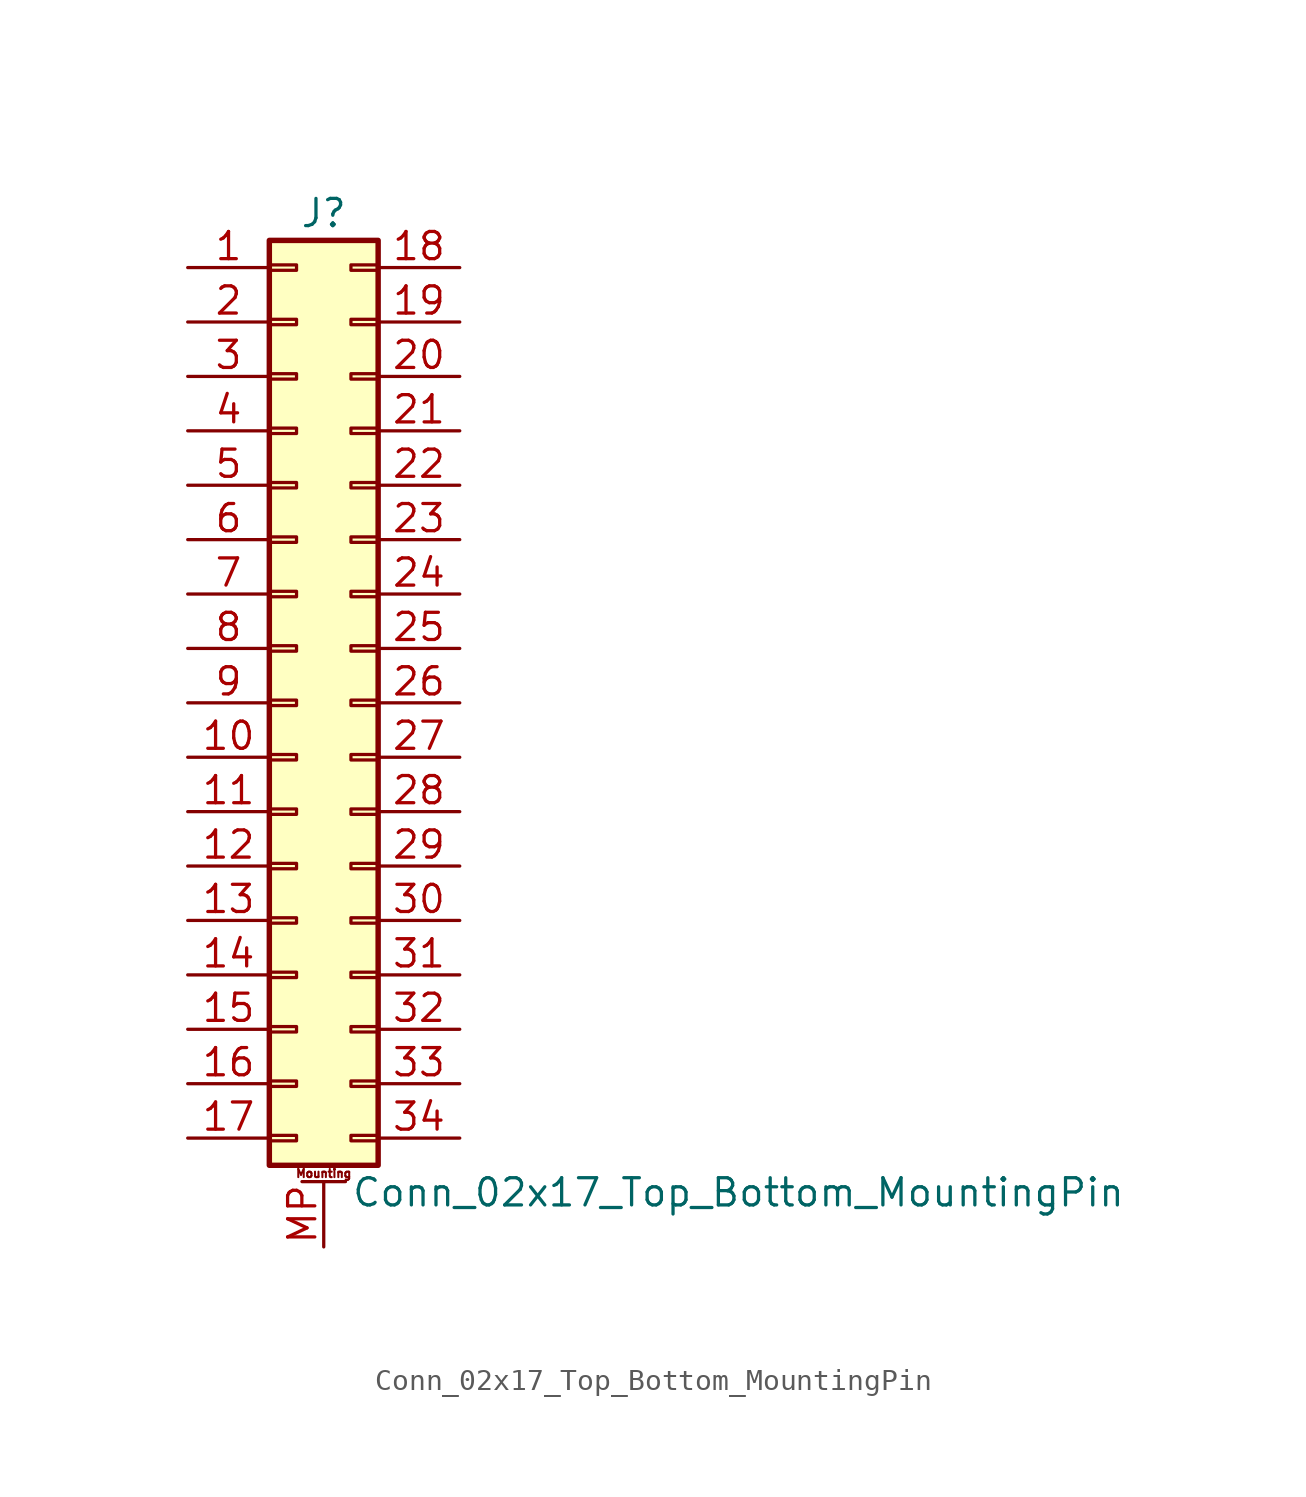
<source format=kicad_sym>
(kicad_symbol_lib
  (version 20220914)
  (generator kicad_symbol_editor)
  (symbol "Conn_02x17_Top_Bottom_MountingPin"
    (pin_names
      (offset 1.016) hide)
    (property "Reference" "J"
      (at 1.27 22.86 0)
      (effects (font (size 1.27 1.27))))
    (property "Value" "Conn_02x17_Top_Bottom_MountingPin"
      (at 2.54 -22.86 0)
      (effects (font (size 1.27 1.27)) (justify left)))
    (symbol "Conn_02x17_Top_Bottom_MountingPin_1_1"
      (rectangle (start -1.27 -20.193) (end 0 -20.447) (stroke (width 0.152) (type default)) (fill (type none)))
      (rectangle (start -1.27 -17.653) (end 0 -17.907) (stroke (width 0.152) (type default)) (fill (type none)))
      (rectangle (start -1.27 -15.113) (end 0 -15.367) (stroke (width 0.152) (type default)) (fill (type none)))
      (rectangle (start -1.27 -12.573) (end 0 -12.827) (stroke (width 0.152) (type default)) (fill (type none)))
      (rectangle (start -1.27 -10.033) (end 0 -10.287) (stroke (width 0.152) (type default)) (fill (type none)))
      (rectangle (start -1.27 -7.493) (end 0 -7.747) (stroke (width 0.152) (type default)) (fill (type none)))
      (rectangle (start -1.27 -4.953) (end 0 -5.207) (stroke (width 0.152) (type default)) (fill (type none)))
      (rectangle (start -1.27 -2.413) (end 0 -2.667) (stroke (width 0.152) (type default)) (fill (type none)))
      (rectangle (start -1.27 0.127) (end 0 -0.127) (stroke (width 0.152) (type default)) (fill (type none)))
      (rectangle (start -1.27 2.667) (end 0 2.413) (stroke (width 0.152) (type default)) (fill (type none)))
      (rectangle (start -1.27 5.207) (end 0 4.953) (stroke (width 0.152) (type default)) (fill (type none)))
      (rectangle (start -1.27 7.747) (end 0 7.493) (stroke (width 0.152) (type default)) (fill (type none)))
      (rectangle (start -1.27 10.287) (end 0 10.033) (stroke (width 0.152) (type default)) (fill (type none)))
      (rectangle (start -1.27 12.827) (end 0 12.573) (stroke (width 0.152) (type default)) (fill (type none)))
      (rectangle (start -1.27 15.367) (end 0 15.113) (stroke (width 0.152) (type default)) (fill (type none)))
      (rectangle (start -1.27 17.907) (end 0 17.653) (stroke (width 0.152) (type default)) (fill (type none)))
      (rectangle (start -1.27 20.447) (end 0 20.193) (stroke (width 0.152) (type default)) (fill (type none)))
      (rectangle (start -1.27 21.59) (end 3.81 -21.59) (stroke (width 0.254) (type default)) (fill (type background)))
      (polyline (pts (xy 0.254 -22.352) (xy 2.286 -22.352)) (stroke (width 0.152) (type default)) (fill (type none)))
      (rectangle (start 3.81 -20.193) (end 2.54 -20.447) (stroke (width 0.152) (type default)) (fill (type none)))
      (rectangle (start 3.81 -17.653) (end 2.54 -17.907) (stroke (width 0.152) (type default)) (fill (type none)))
      (rectangle (start 3.81 -15.113) (end 2.54 -15.367) (stroke (width 0.152) (type default)) (fill (type none)))
      (rectangle (start 3.81 -12.573) (end 2.54 -12.827) (stroke (width 0.152) (type default)) (fill (type none)))
      (rectangle (start 3.81 -10.033) (end 2.54 -10.287) (stroke (width 0.152) (type default)) (fill (type none)))
      (rectangle (start 3.81 -7.493) (end 2.54 -7.747) (stroke (width 0.152) (type default)) (fill (type none)))
      (rectangle (start 3.81 -4.953) (end 2.54 -5.207) (stroke (width 0.152) (type default)) (fill (type none)))
      (rectangle (start 3.81 -2.413) (end 2.54 -2.667) (stroke (width 0.152) (type default)) (fill (type none)))
      (rectangle (start 3.81 0.127) (end 2.54 -0.127) (stroke (width 0.152) (type default)) (fill (type none)))
      (rectangle (start 3.81 2.667) (end 2.54 2.413) (stroke (width 0.152) (type default)) (fill (type none)))
      (rectangle (start 3.81 5.207) (end 2.54 4.953) (stroke (width 0.152) (type default)) (fill (type none)))
      (rectangle (start 3.81 7.747) (end 2.54 7.493) (stroke (width 0.152) (type default)) (fill (type none)))
      (rectangle (start 3.81 10.287) (end 2.54 10.033) (stroke (width 0.152) (type default)) (fill (type none)))
      (rectangle (start 3.81 12.827) (end 2.54 12.573) (stroke (width 0.152) (type default)) (fill (type none)))
      (rectangle (start 3.81 15.367) (end 2.54 15.113) (stroke (width 0.152) (type default)) (fill (type none)))
      (rectangle (start 3.81 17.907) (end 2.54 17.653) (stroke (width 0.152) (type default)) (fill (type none)))
      (rectangle (start 3.81 20.447) (end 2.54 20.193) (stroke (width 0.152) (type default)) (fill (type none)))
      (text "Mounting" (at 1.27 -21.971 0) (effects (font (size 0.381 0.381))))
      (pin passive line (at -5.08 20.32 0) (length 3.81) (name "Pin_1" (effects (font (size 1.27 1.27)))) (number "1" (effects (font (size 1.27 1.27)))))
      (pin passive line (at -5.08 -2.54 0) (length 3.81) (name "Pin_10" (effects (font (size 1.27 1.27)))) (number "10" (effects (font (size 1.27 1.27)))))
      (pin passive line (at -5.08 -5.08 0) (length 3.81) (name "Pin_11" (effects (font (size 1.27 1.27)))) (number "11" (effects (font (size 1.27 1.27)))))
      (pin passive line (at -5.08 -7.62 0) (length 3.81) (name "Pin_12" (effects (font (size 1.27 1.27)))) (number "12" (effects (font (size 1.27 1.27)))))
      (pin passive line (at -5.08 -10.16 0) (length 3.81) (name "Pin_13" (effects (font (size 1.27 1.27)))) (number "13" (effects (font (size 1.27 1.27)))))
      (pin passive line (at -5.08 -12.7 0) (length 3.81) (name "Pin_14" (effects (font (size 1.27 1.27)))) (number "14" (effects (font (size 1.27 1.27)))))
      (pin passive line (at -5.08 -15.24 0) (length 3.81) (name "Pin_15" (effects (font (size 1.27 1.27)))) (number "15" (effects (font (size 1.27 1.27)))))
      (pin passive line (at -5.08 -17.78 0) (length 3.81) (name "Pin_16" (effects (font (size 1.27 1.27)))) (number "16" (effects (font (size 1.27 1.27)))))
      (pin passive line (at -5.08 -20.32 0) (length 3.81) (name "Pin_17" (effects (font (size 1.27 1.27)))) (number "17" (effects (font (size 1.27 1.27)))))
      (pin passive line (at 7.62 20.32 180) (length 3.81) (name "Pin_18" (effects (font (size 1.27 1.27)))) (number "18" (effects (font (size 1.27 1.27)))))
      (pin passive line (at 7.62 17.78 180) (length 3.81) (name "Pin_19" (effects (font (size 1.27 1.27)))) (number "19" (effects (font (size 1.27 1.27)))))
      (pin passive line (at -5.08 17.78 0) (length 3.81) (name "Pin_2" (effects (font (size 1.27 1.27)))) (number "2" (effects (font (size 1.27 1.27)))))
      (pin passive line (at 7.62 15.24 180) (length 3.81) (name "Pin_20" (effects (font (size 1.27 1.27)))) (number "20" (effects (font (size 1.27 1.27)))))
      (pin passive line (at 7.62 12.7 180) (length 3.81) (name "Pin_21" (effects (font (size 1.27 1.27)))) (number "21" (effects (font (size 1.27 1.27)))))
      (pin passive line (at 7.62 10.16 180) (length 3.81) (name "Pin_22" (effects (font (size 1.27 1.27)))) (number "22" (effects (font (size 1.27 1.27)))))
      (pin passive line (at 7.62 7.62 180) (length 3.81) (name "Pin_23" (effects (font (size 1.27 1.27)))) (number "23" (effects (font (size 1.27 1.27)))))
      (pin passive line (at 7.62 5.08 180) (length 3.81) (name "Pin_24" (effects (font (size 1.27 1.27)))) (number "24" (effects (font (size 1.27 1.27)))))
      (pin passive line (at 7.62 2.54 180) (length 3.81) (name "Pin_25" (effects (font (size 1.27 1.27)))) (number "25" (effects (font (size 1.27 1.27)))))
      (pin passive line (at 7.62 0 180) (length 3.81) (name "Pin_26" (effects (font (size 1.27 1.27)))) (number "26" (effects (font (size 1.27 1.27)))))
      (pin passive line (at 7.62 -2.54 180) (length 3.81) (name "Pin_27" (effects (font (size 1.27 1.27)))) (number "27" (effects (font (size 1.27 1.27)))))
      (pin passive line (at 7.62 -5.08 180) (length 3.81) (name "Pin_28" (effects (font (size 1.27 1.27)))) (number "28" (effects (font (size 1.27 1.27)))))
      (pin passive line (at 7.62 -7.62 180) (length 3.81) (name "Pin_29" (effects (font (size 1.27 1.27)))) (number "29" (effects (font (size 1.27 1.27)))))
      (pin passive line (at -5.08 15.24 0) (length 3.81) (name "Pin_3" (effects (font (size 1.27 1.27)))) (number "3" (effects (font (size 1.27 1.27)))))
      (pin passive line (at 7.62 -10.16 180) (length 3.81) (name "Pin_30" (effects (font (size 1.27 1.27)))) (number "30" (effects (font (size 1.27 1.27)))))
      (pin passive line (at 7.62 -12.7 180) (length 3.81) (name "Pin_31" (effects (font (size 1.27 1.27)))) (number "31" (effects (font (size 1.27 1.27)))))
      (pin passive line (at 7.62 -15.24 180) (length 3.81) (name "Pin_32" (effects (font (size 1.27 1.27)))) (number "32" (effects (font (size 1.27 1.27)))))
      (pin passive line (at 7.62 -17.78 180) (length 3.81) (name "Pin_33" (effects (font (size 1.27 1.27)))) (number "33" (effects (font (size 1.27 1.27)))))
      (pin passive line (at 7.62 -20.32 180) (length 3.81) (name "Pin_34" (effects (font (size 1.27 1.27)))) (number "34" (effects (font (size 1.27 1.27)))))
      (pin passive line (at -5.08 12.7 0) (length 3.81) (name "Pin_4" (effects (font (size 1.27 1.27)))) (number "4" (effects (font (size 1.27 1.27)))))
      (pin passive line (at -5.08 10.16 0) (length 3.81) (name "Pin_5" (effects (font (size 1.27 1.27)))) (number "5" (effects (font (size 1.27 1.27)))))
      (pin passive line (at -5.08 7.62 0) (length 3.81) (name "Pin_6" (effects (font (size 1.27 1.27)))) (number "6" (effects (font (size 1.27 1.27)))))
      (pin passive line (at -5.08 5.08 0) (length 3.81) (name "Pin_7" (effects (font (size 1.27 1.27)))) (number "7" (effects (font (size 1.27 1.27)))))
      (pin passive line (at -5.08 2.54 0) (length 3.81) (name "Pin_8" (effects (font (size 1.27 1.27)))) (number "8" (effects (font (size 1.27 1.27)))))
      (pin passive line (at -5.08 0 0) (length 3.81) (name "Pin_9" (effects (font (size 1.27 1.27)))) (number "9" (effects (font (size 1.27 1.27)))))
      (pin passive line (at 1.27 -25.4 90) (length 3.048) (name "MountPin" (effects (font (size 1.27 1.27)))) (number "MP" (effects (font (size 1.27 1.27))))))))
</source>
